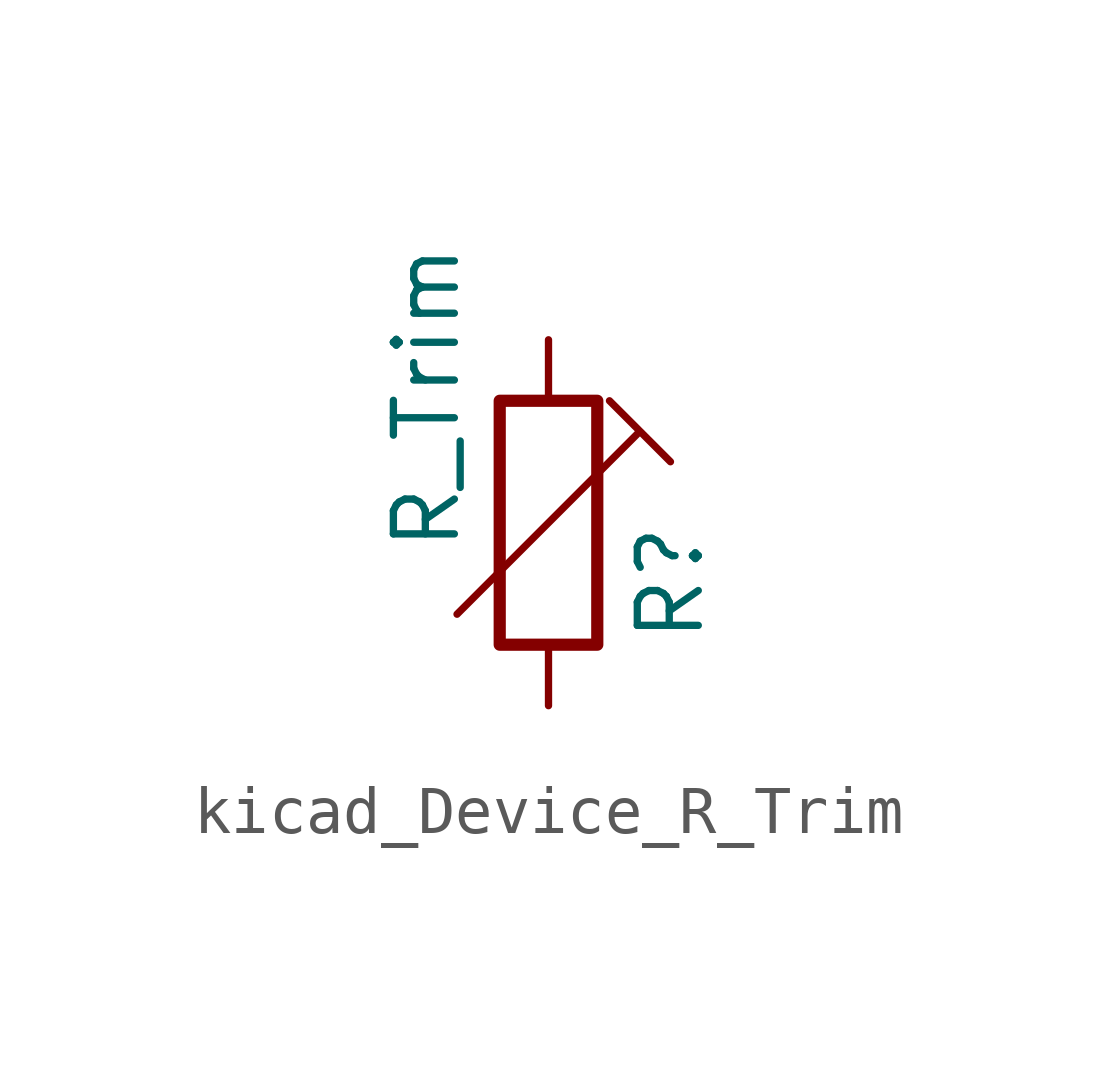
<source format=kicad_sym>
(kicad_symbol_lib
  (version 20220914)
  (generator kicad_symbol_editor)
  (symbol "kicad_Device_R_Trim"
    (pin_numbers hide)
    (pin_names
      (offset 0))
    (property "Reference" "R"
      (at 2.54 -2.54 90)
      (effects (font (size 1.27 1.27)) (justify left)))
    (property "Value" "R_Trim"
      (at -2.54 -0.635 90)
      (effects (font (size 1.27 1.27)) (justify left)))
    (symbol "kicad_Device_R_Trim_0_1"
      (rectangle (start -1.016 -2.54) (end 1.016 2.54) (stroke (width 0.254) (type default)) (fill (type none)))
      (polyline (pts (xy -1.905 -1.905) (xy 1.905 1.905) (xy 2.54 1.27) (xy 1.27 2.54)) (stroke (width 0) (type default)) (fill (type none))))
    (symbol "kicad_Device_R_Trim_1_1"
      (pin passive line (at 0 3.81 270) (length 1.27) (name "~" (effects (font (size 1.27 1.27)))) (number "1" (effects (font (size 1.27 1.27)))))
      (pin passive line (at 0 -3.81 90) (length 1.27) (name "~" (effects (font (size 1.27 1.27)))) (number "2" (effects (font (size 1.27 1.27))))))))
</source>
